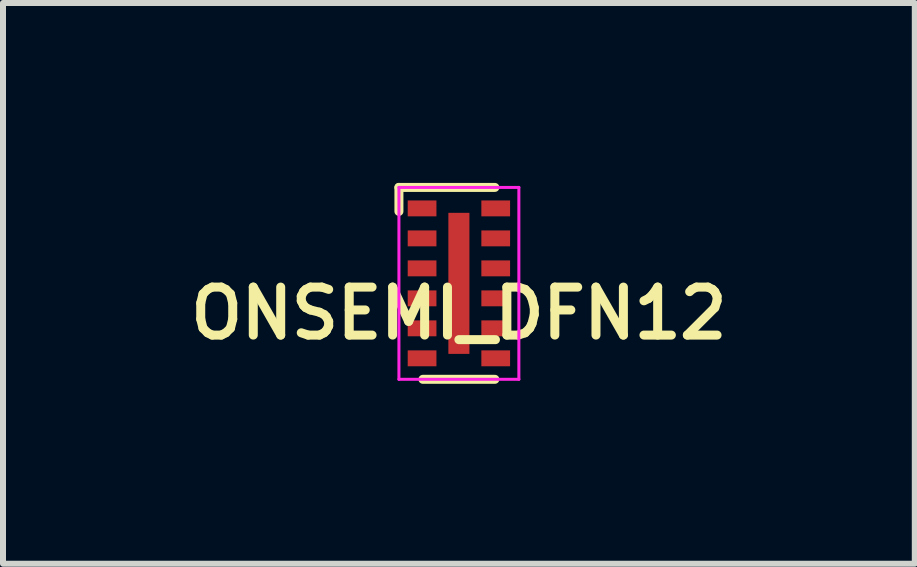
<source format=kicad_pcb>
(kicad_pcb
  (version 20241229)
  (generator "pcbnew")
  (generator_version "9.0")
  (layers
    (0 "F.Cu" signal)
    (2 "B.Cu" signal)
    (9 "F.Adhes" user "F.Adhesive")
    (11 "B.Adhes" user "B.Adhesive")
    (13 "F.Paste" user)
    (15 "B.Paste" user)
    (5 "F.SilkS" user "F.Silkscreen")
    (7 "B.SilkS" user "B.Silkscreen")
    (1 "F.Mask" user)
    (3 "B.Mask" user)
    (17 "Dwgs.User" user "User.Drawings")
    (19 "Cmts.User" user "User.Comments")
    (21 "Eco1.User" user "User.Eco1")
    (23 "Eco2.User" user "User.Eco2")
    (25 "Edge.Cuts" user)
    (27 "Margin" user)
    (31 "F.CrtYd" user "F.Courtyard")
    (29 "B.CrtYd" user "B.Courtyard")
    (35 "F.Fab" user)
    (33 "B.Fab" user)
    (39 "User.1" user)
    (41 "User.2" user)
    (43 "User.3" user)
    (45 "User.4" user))
  (footprint "ONSEMI_DFN12"
    (layer "F.Cu")
    (at 4.602 1.675)
    (property "Reference" "ONSEMI_DFN12" (at 0 0.5 0) (layer "F.SilkS") (effects (font (size 0.8 0.8) (thickness 0.15))))
    (attr through_hole)
    (fp_line (start -1 -1.6) (end -1 -1.2) (stroke (width 0.15) (type solid)) (layer "F.SilkS"))
    (fp_line (start -0.6 1.6) (end 0.6 1.6) (stroke (width 0.15) (type solid)) (layer "F.SilkS"))
    (fp_line (start 0.6 -1.6) (end -1 -1.6) (stroke (width 0.15) (type solid)) (layer "F.SilkS"))
    (fp_line (start -1 -1.6) (end -1 1.6) (stroke (width 0.05) (type solid)) (layer "F.CrtYd"))
    (fp_line (start -1 1.6) (end 1 1.6) (stroke (width 0.05) (type solid)) (layer "F.CrtYd"))
    (fp_line (start 1 -1.6) (end -1 -1.6) (stroke (width 0.05) (type solid)) (layer "F.CrtYd"))
    (fp_line (start 1 1.6) (end 1 -1.6) (stroke (width 0.05) (type solid)) (layer "F.CrtYd"))
    (pad "1" smd rect (at -0.614 -1.25) (size 0.479 0.265) (layers "F.Cu" "F.Mask" "F.Paste"))
    (pad "2" smd rect (at -0.614 -0.75) (size 0.479 0.265) (layers "F.Cu" "F.Mask" "F.Paste"))
    (pad "3" smd rect (at -0.614 -0.25) (size 0.479 0.265) (layers "F.Cu" "F.Mask" "F.Paste"))
    (pad "4" smd rect (at -0.614 0.25) (size 0.479 0.265) (layers "F.Cu" "F.Mask" "F.Paste"))
    (pad "5" smd rect (at -0.614 0.75) (size 0.479 0.265) (layers "F.Cu" "F.Mask" "F.Paste"))
    (pad "6" smd rect (at -0.614 1.25) (size 0.479 0.265) (layers "F.Cu" "F.Mask" "F.Paste"))
    (pad "7" smd rect (at 0.614 1.25) (size 0.479 0.265) (layers "F.Cu" "F.Mask" "F.Paste"))
    (pad "8" smd rect (at 0.614 0.75) (size 0.479 0.265) (layers "F.Cu" "F.Mask" "F.Paste"))
    (pad "9" smd rect (at 0.614 0.25) (size 0.479 0.265) (layers "F.Cu" "F.Mask" "F.Paste"))
    (pad "10" smd rect (at 0.614 -0.25) (size 0.479 0.265) (layers "F.Cu" "F.Mask" "F.Paste"))
    (pad "11" smd rect (at 0.614 -0.75) (size 0.479 0.265) (layers "F.Cu" "F.Mask" "F.Paste"))
    (pad "12" smd rect (at 0.614 -1.25) (size 0.479 0.265) (layers "F.Cu" "F.Mask" "F.Paste"))
    (pad "13" smd rect (at 0 0) (size 0.351 2.352) (layers "F.Cu" "F.Mask" "F.Paste")))
  (gr_rect
    (start -3 -3)
    (end 12.204 6.35)
    (stroke (width 0.1) (type default))
    (fill no)
    (layer "Edge.Cuts")))
</source>
